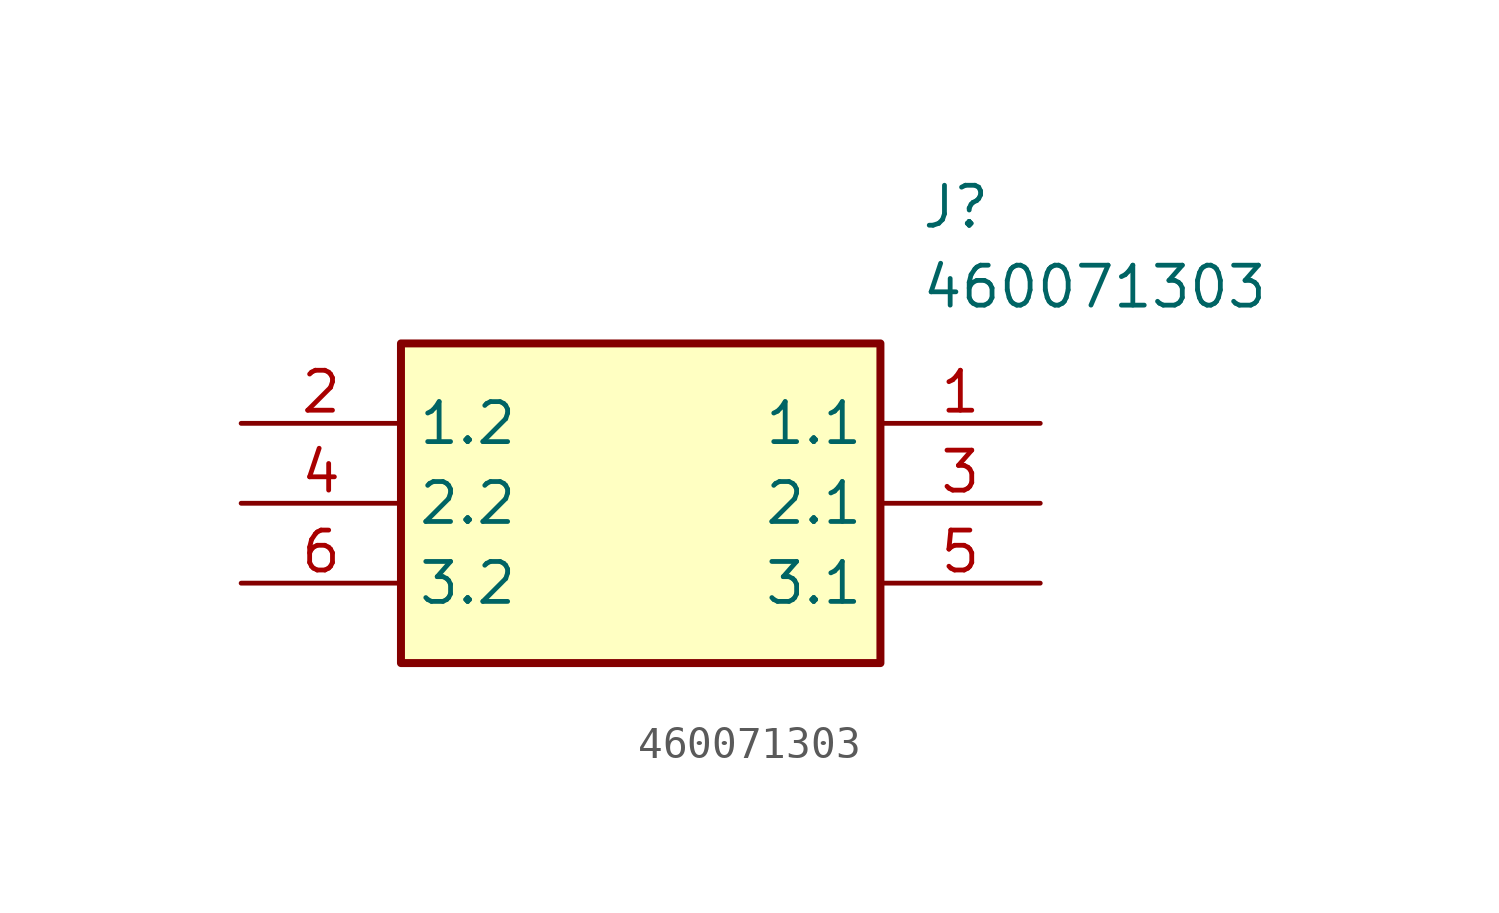
<source format=kicad_sym>
(kicad_symbol_lib
  (version 20211014)
  (generator SamacSys_ECAD_Model)
  (symbol "460071303"
    (property "Reference" "J"
      (at 21.59 7.62 0)
      (effects (font (size 1.27 1.27)) (justify left top)))
    (property "Value" "460071303"
      (at 21.59 5.08 0)
      (effects (font (size 1.27 1.27)) (justify left top)))
    (rectangle
      (start 5.08 2.54)
      (end 20.32 -7.62)
      (stroke (width 0.254) (type default))
      (fill (type background)))
    (pin passive line
      (at 25.4 0 180)
      (length 5.08)
      (name "1.1" (effects (font (size 1.27 1.27))))
      (number "1" (effects (font (size 1.27 1.27)))))
    (pin passive line
      (at 0 0 0)
      (length 5.08)
      (name "1.2" (effects (font (size 1.27 1.27))))
      (number "2" (effects (font (size 1.27 1.27)))))
    (pin passive line
      (at 25.4 -2.54 180)
      (length 5.08)
      (name "2.1" (effects (font (size 1.27 1.27))))
      (number "3" (effects (font (size 1.27 1.27)))))
    (pin passive line
      (at 0 -2.54 0)
      (length 5.08)
      (name "2.2" (effects (font (size 1.27 1.27))))
      (number "4" (effects (font (size 1.27 1.27)))))
    (pin passive line
      (at 25.4 -5.08 180)
      (length 5.08)
      (name "3.1" (effects (font (size 1.27 1.27))))
      (number "5" (effects (font (size 1.27 1.27)))))
    (pin passive line
      (at 0 -5.08 0)
      (length 5.08)
      (name "3.2" (effects (font (size 1.27 1.27))))
      (number "6" (effects (font (size 1.27 1.27)))))))
</source>
